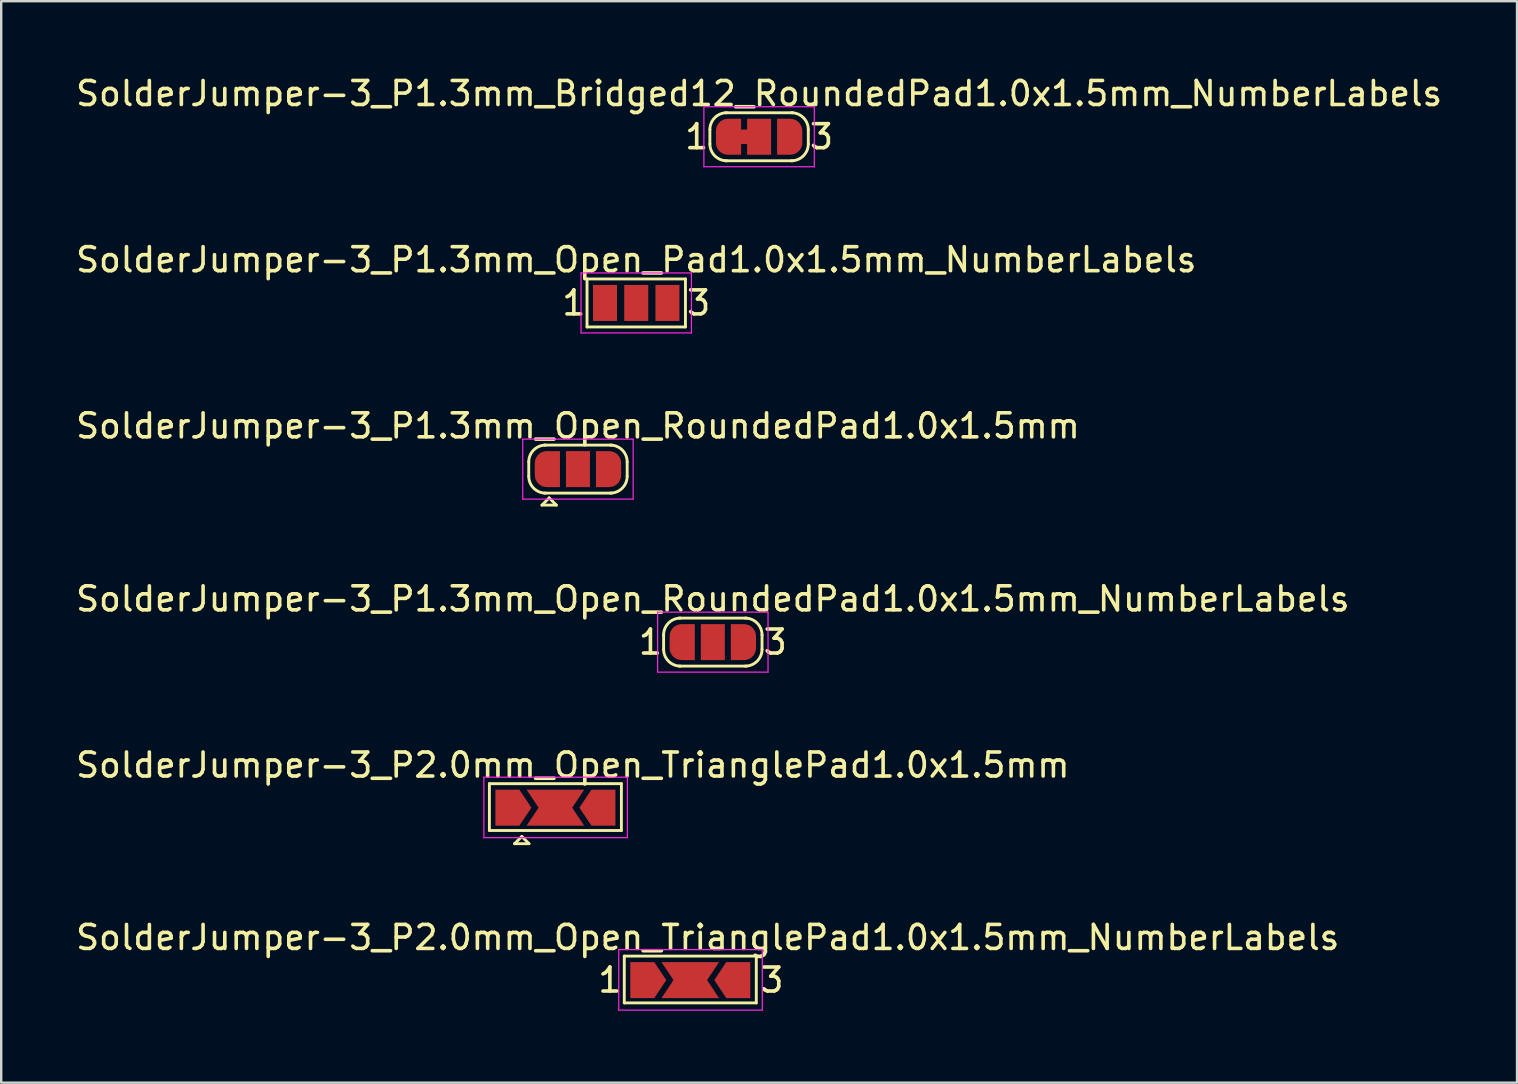
<source format=kicad_pcb>
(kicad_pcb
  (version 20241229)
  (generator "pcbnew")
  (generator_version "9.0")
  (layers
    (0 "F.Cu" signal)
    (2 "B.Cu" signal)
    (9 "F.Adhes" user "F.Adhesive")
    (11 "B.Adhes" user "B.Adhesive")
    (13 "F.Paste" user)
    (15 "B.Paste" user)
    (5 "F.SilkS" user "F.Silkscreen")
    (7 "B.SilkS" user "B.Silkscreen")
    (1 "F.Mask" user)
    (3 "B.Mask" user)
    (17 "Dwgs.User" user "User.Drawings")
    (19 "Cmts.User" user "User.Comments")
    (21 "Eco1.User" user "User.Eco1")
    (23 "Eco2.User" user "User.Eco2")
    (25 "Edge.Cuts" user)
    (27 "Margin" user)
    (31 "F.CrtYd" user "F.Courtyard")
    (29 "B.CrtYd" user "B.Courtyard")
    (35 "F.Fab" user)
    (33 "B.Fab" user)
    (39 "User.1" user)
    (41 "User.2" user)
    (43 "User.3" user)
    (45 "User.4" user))
  (footprint "SolderJumper-3_P2.0mm_Open_TrianglePad1.0x1.5mm_NumberLabels"
    (layer "F.Cu")
    (at 25.71 37.785)
    (property "Reference" "SolderJumper-3_P2.0mm_Open_TrianglePad1.0x1.5mm_NumberLabels" (at 0.725 -1.775 0) (layer "F.SilkS") (effects (font (size 1 1) (thickness 0.15))))
    (attr exclude_from_pos_files exclude_from_bom)
    (fp_line (start -2.75 -1) (end 2.75 -1) (stroke (width 0.12) (type solid)) (layer "F.SilkS"))
    (fp_line (start -2.75 0.95) (end -2.75 -1) (stroke (width 0.12) (type solid)) (layer "F.SilkS"))
    (fp_line (start 2.75 -1) (end 2.75 0.95) (stroke (width 0.12) (type solid)) (layer "F.SilkS"))
    (fp_line (start 2.75 0.95) (end -2.75 0.95) (stroke (width 0.12) (type solid)) (layer "F.SilkS"))
    (fp_line (start -2.98 -1.27) (end -2.98 1.25) (stroke (width 0.05) (type solid)) (layer "F.CrtYd"))
    (fp_line (start -2.98 -1.27) (end 3 -1.27) (stroke (width 0.05) (type solid)) (layer "F.CrtYd"))
    (fp_line (start 3 1.25) (end -2.98 1.25) (stroke (width 0.05) (type solid)) (layer "F.CrtYd"))
    (fp_line (start 3 1.25) (end 3 -1.27) (stroke (width 0.05) (type solid)) (layer "F.CrtYd"))
    (fp_text user "3" (at 3.4 0 0) (layer "F.SilkS") (effects (font (size 1 1) (thickness 0.15))))
    (fp_text user "1" (at -3.35 0 0) (layer "F.SilkS") (effects (font (size 1 1) (thickness 0.15))))
    (pad "" smd rect (at -1.2 0) (size 1.5 1.5) (layers "F.Mask"))
    (pad "" smd rect (at 1.2 0) (size 1.5 1.5) (layers "F.Mask"))
    (pad "1" smd custom (at -2 0) (size 0.3 0.3) (layers "F.Cu" "F.Mask") (options (anchor rect)) (primitives (gr_poly (pts (xy -0.5 -0.75) (xy 0.5 -0.75) (xy 1 0) (xy 0.5 0.75) (xy -0.5 0.75)) (width 0) (fill yes))))
    (pad "2" smd custom (at 0 0) (size 0.3 0.3) (layers "F.Cu") (options (anchor rect)) (primitives (gr_poly (pts (xy -1.2 -0.75) (xy 1.2 -0.75) (xy 0.7 0) (xy 1.2 0.75) (xy -1.2 0.75) (xy -0.7 0)) (width 0) (fill yes))))
    (pad "3" smd custom (at 2 0 180) (size 0.3 0.3) (layers "F.Cu" "F.Mask") (options (anchor rect)) (primitives (gr_poly (pts (xy -0.5 -0.75) (xy 0.5 -0.75) (xy 1 0) (xy 0.5 0.75) (xy -0.5 0.75)) (width 0) (fill yes)))))
  (footprint "SolderJumper-3_P1.3mm_Open_Pad1.0x1.5mm_NumberLabels"
    (layer "F.Cu")
    (at 23.458 9.572)
    (property "Reference" "SolderJumper-3_P1.3mm_Open_Pad1.0x1.5mm_NumberLabels" (at 0 -1.8 0) (layer "F.SilkS") (effects (font (size 1 1) (thickness 0.15))))
    (attr exclude_from_pos_files exclude_from_bom)
    (fp_line (start -2.05 -1) (end 2.05 -1) (stroke (width 0.12) (type solid)) (layer "F.SilkS"))
    (fp_line (start -2.05 1) (end -2.05 -1) (stroke (width 0.12) (type solid)) (layer "F.SilkS"))
    (fp_line (start 2.05 -1) (end 2.05 1) (stroke (width 0.12) (type solid)) (layer "F.SilkS"))
    (fp_line (start 2.05 1) (end -2.05 1) (stroke (width 0.12) (type solid)) (layer "F.SilkS"))
    (fp_line (start -2.3 -1.25) (end -2.3 1.25) (stroke (width 0.05) (type solid)) (layer "F.CrtYd"))
    (fp_line (start -2.3 -1.25) (end 2.3 -1.25) (stroke (width 0.05) (type solid)) (layer "F.CrtYd"))
    (fp_line (start 2.3 1.25) (end -2.3 1.25) (stroke (width 0.05) (type solid)) (layer "F.CrtYd"))
    (fp_line (start 2.3 1.25) (end 2.3 -1.25) (stroke (width 0.05) (type solid)) (layer "F.CrtYd"))
    (fp_text user "3" (at 2.6 0 0) (layer "F.SilkS") (effects (font (size 1 1) (thickness 0.15))))
    (fp_text user "1" (at -2.6 0 0) (layer "F.SilkS") (effects (font (size 1 1) (thickness 0.15))))
    (pad "1" smd rect (at -1.3 0) (size 1 1.5) (layers "F.Cu" "F.Mask"))
    (pad "2" smd rect (at 0 0) (size 1 1.5) (layers "F.Cu" "F.Mask"))
    (pad "3" smd rect (at 1.3 0) (size 1 1.5) (layers "F.Cu" "F.Mask")))
  (footprint "SolderJumper-3_P1.3mm_Open_RoundedPad1.0x1.5mm_NumberLabels"
    (layer "F.Cu")
    (at 26.649 23.703)
    (property "Reference" "SolderJumper-3_P1.3mm_Open_RoundedPad1.0x1.5mm_NumberLabels" (at 0 -1.8 0) (layer "F.SilkS") (effects (font (size 1 1) (thickness 0.15))))
    (attr exclude_from_pos_files exclude_from_bom)
    (fp_line (start -2.05 0.3) (end -2.05 -0.3) (stroke (width 0.12) (type solid)) (layer "F.SilkS"))
    (fp_line (start -1.4 -1) (end 1.4 -1) (stroke (width 0.12) (type solid)) (layer "F.SilkS"))
    (fp_line (start 1.4 1) (end -1.4 1) (stroke (width 0.12) (type solid)) (layer "F.SilkS"))
    (fp_line (start 2.05 -0.3) (end 2.05 0.3) (stroke (width 0.12) (type solid)) (layer "F.SilkS"))
    (fp_arc (start -2.05 -0.3) (mid -1.844975 -0.794975) (end -1.35 -1) (stroke (width 0.12) (type solid)) (layer "F.SilkS"))
    (fp_arc (start -1.35 1) (mid -1.844975 0.794975) (end -2.05 0.3) (stroke (width 0.12) (type solid)) (layer "F.SilkS"))
    (fp_arc (start 1.35 -1) (mid 1.844975 -0.794975) (end 2.05 -0.3) (stroke (width 0.12) (type solid)) (layer "F.SilkS"))
    (fp_arc (start 2.05 0.3) (mid 1.844975 0.794975) (end 1.35 1) (stroke (width 0.12) (type solid)) (layer "F.SilkS"))
    (fp_line (start -2.3 -1.25) (end -2.3 1.25) (stroke (width 0.05) (type solid)) (layer "F.CrtYd"))
    (fp_line (start -2.3 -1.25) (end 2.3 -1.25) (stroke (width 0.05) (type solid)) (layer "F.CrtYd"))
    (fp_line (start 2.3 1.25) (end -2.3 1.25) (stroke (width 0.05) (type solid)) (layer "F.CrtYd"))
    (fp_line (start 2.3 1.25) (end 2.3 -1.25) (stroke (width 0.05) (type solid)) (layer "F.CrtYd"))
    (fp_text user "1" (at -2.6 0 0) (layer "F.SilkS") (effects (font (size 1 1) (thickness 0.15))))
    (fp_text user "3" (at 2.6 0 0) (layer "F.SilkS") (effects (font (size 1 1) (thickness 0.15))))
    (pad "1" smd custom (at -1.3 0) (size 1 0.5) (layers "F.Cu" "F.Mask") (options (anchor rect)) (primitives (gr_circle (center 0 0.25) (end 0.5 0.25) (width 0) (fill yes)) (gr_circle (center 0 -0.25) (end 0.5 -0.25) (width 0) (fill yes)) (gr_poly (pts (xy 0.55 -0.75) (xy 0 -0.75) (xy 0 0.75) (xy 0.55 0.75)) (width 0) (fill yes))))
    (pad "2" smd rect (at 0 0) (size 1 1.5) (layers "F.Cu" "F.Mask"))
    (pad "3" smd custom (at 1.3 0) (size 1 0.5) (layers "F.Cu" "F.Mask") (options (anchor rect)) (primitives (gr_circle (center 0 0.25) (end 0.5 0.25) (width 0) (fill yes)) (gr_circle (center 0 -0.25) (end 0.5 -0.25) (width 0) (fill yes)) (gr_poly (pts (xy -0.55 -0.75) (xy 0 -0.75) (xy 0 0.75) (xy -0.55 0.75)) (width 0) (fill yes)))))
  (footprint "SolderJumper-3_P1.3mm_Bridged12_RoundedPad1.0x1.5mm_NumberLabels"
    (layer "F.Cu")
    (at 28.577 2.648)
    (property "Reference" "SolderJumper-3_P1.3mm_Bridged12_RoundedPad1.0x1.5mm_NumberLabels" (at 0 -1.8 0) (layer "F.SilkS") (effects (font (size 1 1) (thickness 0.15))))
    (attr exclude_from_pos_files exclude_from_bom)
    (fp_poly (pts (xy -0.9 -0.3) (xy -0.4 -0.3) (xy -0.4 0.3) (xy -0.9 0.3)) (stroke (width 0) (type solid)) (fill yes) (layer "F.Cu"))
    (fp_line (start -2.05 0.3) (end -2.05 -0.3) (stroke (width 0.12) (type solid)) (layer "F.SilkS"))
    (fp_line (start -1.4 -1) (end 1.4 -1) (stroke (width 0.12) (type solid)) (layer "F.SilkS"))
    (fp_line (start 1.4 1) (end -1.4 1) (stroke (width 0.12) (type solid)) (layer "F.SilkS"))
    (fp_line (start 2.05 -0.3) (end 2.05 0.3) (stroke (width 0.12) (type solid)) (layer "F.SilkS"))
    (fp_arc (start -2.05 -0.3) (mid -1.844975 -0.794975) (end -1.35 -1) (stroke (width 0.12) (type solid)) (layer "F.SilkS"))
    (fp_arc (start -1.35 1) (mid -1.844975 0.794975) (end -2.05 0.3) (stroke (width 0.12) (type solid)) (layer "F.SilkS"))
    (fp_arc (start 1.35 -1) (mid 1.844975 -0.794975) (end 2.05 -0.3) (stroke (width 0.12) (type solid)) (layer "F.SilkS"))
    (fp_arc (start 2.05 0.3) (mid 1.844975 0.794975) (end 1.35 1) (stroke (width 0.12) (type solid)) (layer "F.SilkS"))
    (fp_line (start -2.3 -1.25) (end -2.3 1.25) (stroke (width 0.05) (type solid)) (layer "F.CrtYd"))
    (fp_line (start -2.3 -1.25) (end 2.3 -1.25) (stroke (width 0.05) (type solid)) (layer "F.CrtYd"))
    (fp_line (start 2.3 1.25) (end -2.3 1.25) (stroke (width 0.05) (type solid)) (layer "F.CrtYd"))
    (fp_line (start 2.3 1.25) (end 2.3 -1.25) (stroke (width 0.05) (type solid)) (layer "F.CrtYd"))
    (fp_text user "3" (at 2.6 0 0) (layer "F.SilkS") (effects (font (size 1 1) (thickness 0.15))))
    (fp_text user "1" (at -2.6 0 0) (layer "F.SilkS") (effects (font (size 1 1) (thickness 0.15))))
    (pad "1" smd custom (at -1.3 0) (size 1 0.5) (layers "F.Cu" "F.Mask") (options (anchor rect)) (primitives (gr_poly (pts (xy 0.55 -0.75) (xy 0 -0.75) (xy 0 0.75) (xy 0.55 0.75)) (width 0) (fill yes)) (gr_circle (center 0 0.25) (end 0.5 0.25) (width 0) (fill yes)) (gr_circle (center 0 -0.25) (end 0.5 -0.25) (width 0) (fill yes))))
    (pad "2" smd rect (at 0 0) (size 1 1.5) (layers "F.Cu" "F.Mask"))
    (pad "3" smd custom (at 1.3 0) (size 1 0.5) (layers "F.Cu" "F.Mask") (options (anchor rect)) (primitives (gr_circle (center 0 0.25) (end 0.5 0.25) (width 0) (fill yes)) (gr_circle (center 0 -0.25) (end 0.5 -0.25) (width 0) (fill yes)) (gr_poly (pts (xy -0.55 -0.75) (xy 0 -0.75) (xy 0 0.75) (xy -0.55 0.75)) (width 0) (fill yes)))))
  (footprint "SolderJumper-3_P2.0mm_Open_TrianglePad1.0x1.5mm"
    (layer "F.Cu")
    (at 20.09 30.601)
    (property "Reference" "SolderJumper-3_P2.0mm_Open_TrianglePad1.0x1.5mm" (at 0.725 -1.775 0) (layer "F.SilkS") (effects (font (size 1 1) (thickness 0.15))))
    (attr exclude_from_pos_files exclude_from_bom)
    (fp_line (start -2.75 -1) (end 2.75 -1) (stroke (width 0.12) (type solid)) (layer "F.SilkS"))
    (fp_line (start -2.75 0.95) (end -2.75 -1) (stroke (width 0.12) (type solid)) (layer "F.SilkS"))
    (fp_line (start -1.7 1.5) (end -1.1 1.5) (stroke (width 0.12) (type solid)) (layer "F.SilkS"))
    (fp_line (start -1.4 1.2) (end -1.7 1.5) (stroke (width 0.12) (type solid)) (layer "F.SilkS"))
    (fp_line (start -1.1 1.5) (end -1.4 1.2) (stroke (width 0.12) (type solid)) (layer "F.SilkS"))
    (fp_line (start 2.75 -1) (end 2.75 0.95) (stroke (width 0.12) (type solid)) (layer "F.SilkS"))
    (fp_line (start 2.75 0.95) (end -2.75 0.95) (stroke (width 0.12) (type solid)) (layer "F.SilkS"))
    (fp_line (start -2.98 -1.27) (end -2.98 1.25) (stroke (width 0.05) (type solid)) (layer "F.CrtYd"))
    (fp_line (start -2.98 -1.27) (end 3 -1.27) (stroke (width 0.05) (type solid)) (layer "F.CrtYd"))
    (fp_line (start 3 1.25) (end -2.98 1.25) (stroke (width 0.05) (type solid)) (layer "F.CrtYd"))
    (fp_line (start 3 1.25) (end 3 -1.27) (stroke (width 0.05) (type solid)) (layer "F.CrtYd"))
    (pad "" smd rect (at -1.2 0) (size 1.5 1.5) (layers "F.Mask"))
    (pad "" smd rect (at 1.2 0) (size 1.5 1.5) (layers "F.Mask"))
    (pad "1" smd custom (at -2 0) (size 0.3 0.3) (layers "F.Cu" "F.Mask") (options (anchor rect)) (primitives (gr_poly (pts (xy -0.5 -0.75) (xy 0.5 -0.75) (xy 1 0) (xy 0.5 0.75) (xy -0.5 0.75)) (width 0) (fill yes))))
    (pad "2" smd custom (at 0 0) (size 0.3 0.3) (layers "F.Cu") (options (anchor rect)) (primitives (gr_poly (pts (xy -1.2 -0.75) (xy 1.2 -0.75) (xy 0.7 0) (xy 1.2 0.75) (xy -1.2 0.75) (xy -0.7 0)) (width 0) (fill yes))))
    (pad "3" smd custom (at 2 0 180) (size 0.3 0.3) (layers "F.Cu" "F.Mask") (options (anchor rect)) (primitives (gr_poly (pts (xy -0.5 -0.75) (xy 0.5 -0.75) (xy 1 0) (xy 0.5 0.75) (xy -0.5 0.75)) (width 0) (fill yes)))))
  (footprint "SolderJumper-3_P1.3mm_Open_RoundedPad1.0x1.5mm"
    (layer "F.Cu")
    (at 21.03 16.495)
    (property "Reference" "SolderJumper-3_P1.3mm_Open_RoundedPad1.0x1.5mm" (at 0 -1.8 0) (layer "F.SilkS") (effects (font (size 1 1) (thickness 0.15))))
    (attr exclude_from_pos_files exclude_from_bom)
    (fp_line (start -2.05 0.3) (end -2.05 -0.3) (stroke (width 0.12) (type solid)) (layer "F.SilkS"))
    (fp_line (start -1.5 1.5) (end -0.9 1.5) (stroke (width 0.12) (type solid)) (layer "F.SilkS"))
    (fp_line (start -1.4 -1) (end 1.4 -1) (stroke (width 0.12) (type solid)) (layer "F.SilkS"))
    (fp_line (start -1.2 1.2) (end -1.5 1.5) (stroke (width 0.12) (type solid)) (layer "F.SilkS"))
    (fp_line (start -1.2 1.2) (end -0.9 1.5) (stroke (width 0.12) (type solid)) (layer "F.SilkS"))
    (fp_line (start 1.4 1) (end -1.4 1) (stroke (width 0.12) (type solid)) (layer "F.SilkS"))
    (fp_line (start 2.05 -0.3) (end 2.05 0.3) (stroke (width 0.12) (type solid)) (layer "F.SilkS"))
    (fp_arc (start -2.05 -0.3) (mid -1.844975 -0.794975) (end -1.35 -1) (stroke (width 0.12) (type solid)) (layer "F.SilkS"))
    (fp_arc (start -1.35 1) (mid -1.844975 0.794975) (end -2.05 0.3) (stroke (width 0.12) (type solid)) (layer "F.SilkS"))
    (fp_arc (start 1.35 -1) (mid 1.844975 -0.794975) (end 2.05 -0.3) (stroke (width 0.12) (type solid)) (layer "F.SilkS"))
    (fp_arc (start 2.05 0.3) (mid 1.844975 0.794975) (end 1.35 1) (stroke (width 0.12) (type solid)) (layer "F.SilkS"))
    (fp_line (start -2.3 -1.25) (end -2.3 1.25) (stroke (width 0.05) (type solid)) (layer "F.CrtYd"))
    (fp_line (start -2.3 -1.25) (end 2.3 -1.25) (stroke (width 0.05) (type solid)) (layer "F.CrtYd"))
    (fp_line (start 2.3 1.25) (end -2.3 1.25) (stroke (width 0.05) (type solid)) (layer "F.CrtYd"))
    (fp_line (start 2.3 1.25) (end 2.3 -1.25) (stroke (width 0.05) (type solid)) (layer "F.CrtYd"))
    (pad "1" smd custom (at -1.3 0) (size 1 0.5) (layers "F.Cu" "F.Mask") (options (anchor rect)) (primitives (gr_circle (center 0 0.25) (end 0.5 0.25) (width 0) (fill yes)) (gr_circle (center 0 -0.25) (end 0.5 -0.25) (width 0) (fill yes)) (gr_poly (pts (xy 0.55 -0.75) (xy 0 -0.75) (xy 0 0.75) (xy 0.55 0.75)) (width 0) (fill yes))))
    (pad "2" smd rect (at 0 0) (size 1 1.5) (layers "F.Cu" "F.Mask"))
    (pad "3" smd custom (at 1.3 0) (size 1 0.5) (layers "F.Cu" "F.Mask") (options (anchor rect)) (primitives (gr_circle (center 0 0.25) (end 0.5 0.25) (width 0) (fill yes)) (gr_circle (center 0 -0.25) (end 0.5 -0.25) (width 0) (fill yes)) (gr_poly (pts (xy -0.55 -0.75) (xy 0 -0.75) (xy 0 0.75) (xy -0.55 0.75)) (width 0) (fill yes)))))
  (gr_rect
    (start -3 -3)
    (end 60.155 42.059)
    (stroke (width 0.1) (type default))
    (fill no)
    (layer "Edge.Cuts")))
</source>
